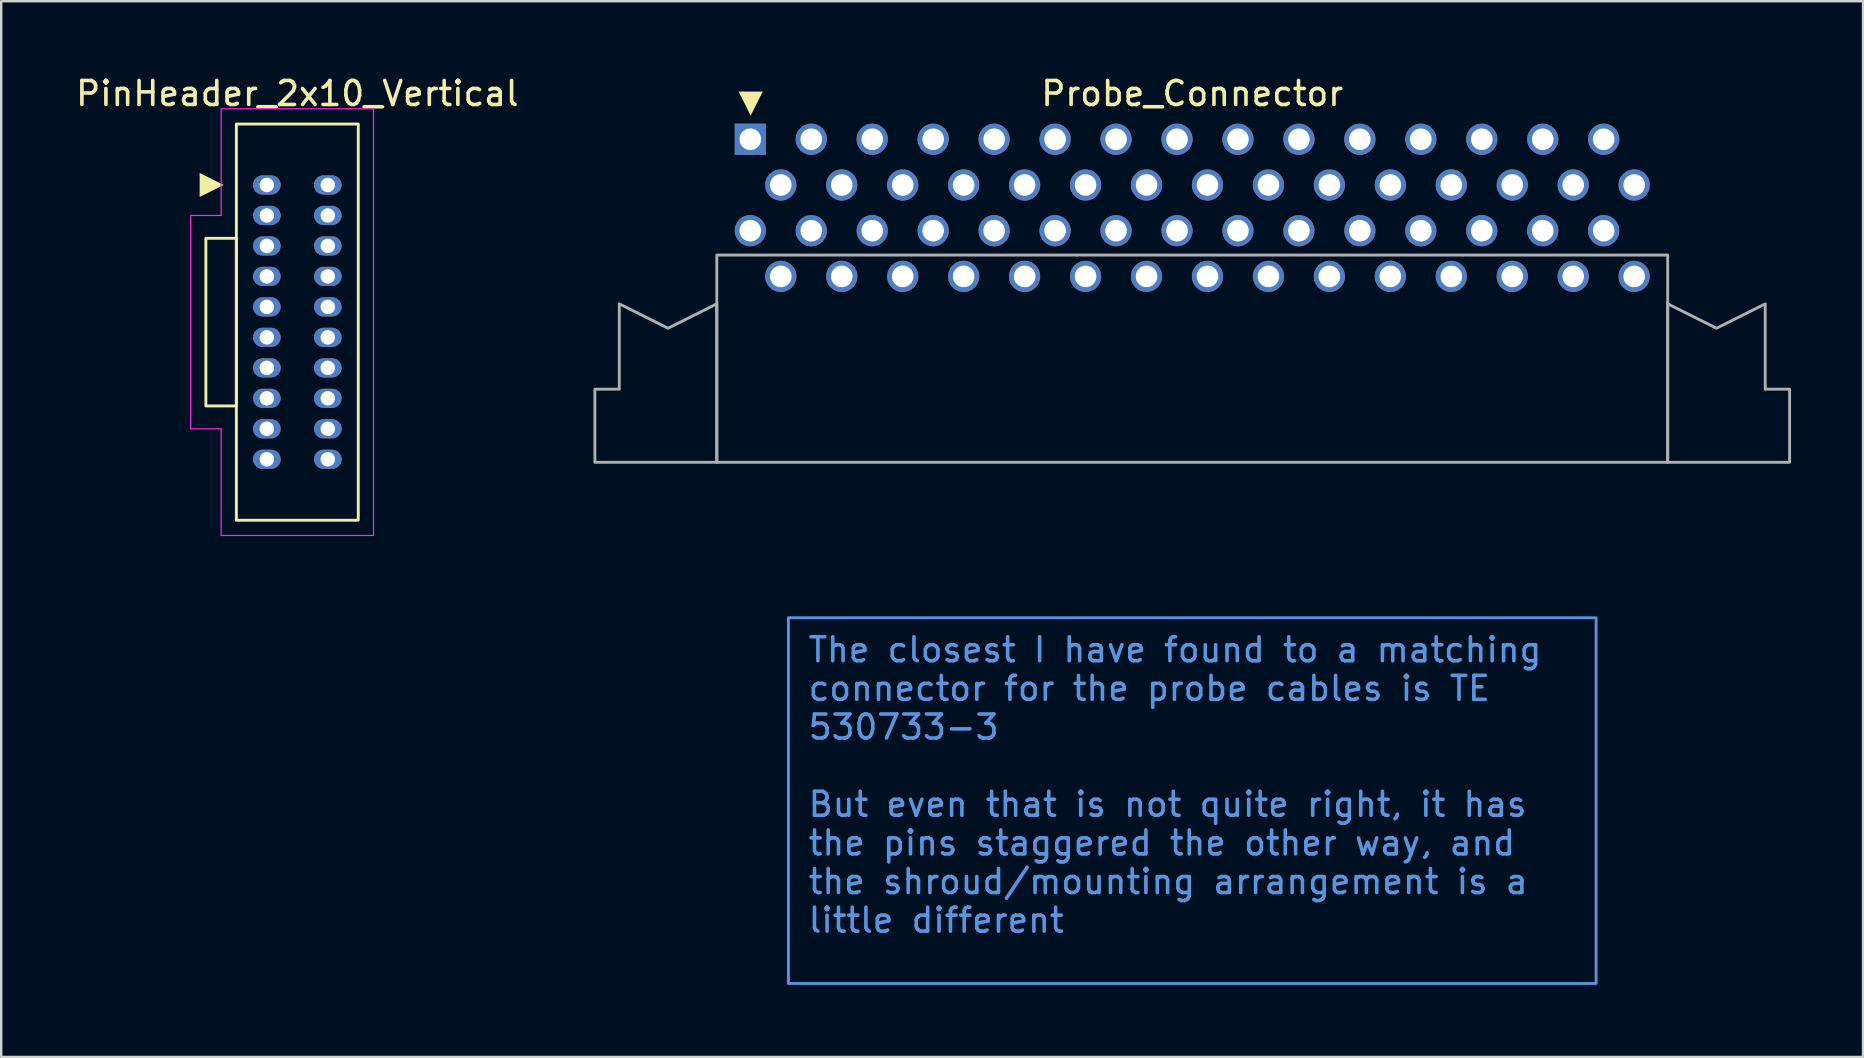
<source format=kicad_pcb>
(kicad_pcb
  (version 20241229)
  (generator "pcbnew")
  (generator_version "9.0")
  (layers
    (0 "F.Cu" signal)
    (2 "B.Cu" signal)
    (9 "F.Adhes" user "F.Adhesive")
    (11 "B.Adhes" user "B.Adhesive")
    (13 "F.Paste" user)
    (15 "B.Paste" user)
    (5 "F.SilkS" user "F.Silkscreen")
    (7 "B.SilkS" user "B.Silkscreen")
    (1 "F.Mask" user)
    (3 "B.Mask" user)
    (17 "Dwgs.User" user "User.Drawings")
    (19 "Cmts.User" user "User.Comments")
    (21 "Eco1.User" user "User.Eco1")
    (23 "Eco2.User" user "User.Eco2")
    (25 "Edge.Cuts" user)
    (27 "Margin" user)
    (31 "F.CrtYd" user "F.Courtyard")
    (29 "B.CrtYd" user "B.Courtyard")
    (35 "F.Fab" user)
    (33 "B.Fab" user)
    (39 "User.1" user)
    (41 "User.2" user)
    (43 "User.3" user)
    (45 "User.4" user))
  (footprint "PinHeader_2x10_Vertical"
    (layer "F.Cu")
    (at 8.069 4.658)
    (property "Reference" "PinHeader_2x10_Vertical" (at 1.27 -3.81 0) (layer "F.SilkS") (effects (font (size 1 1) (thickness 0.15))))
    (attr through_hole)
    (fp_rect (start -2.54 2.223) (end -1.27 9.207) (stroke (width 0.12) (type default)) (fill no) (layer "F.SilkS"))
    (fp_rect (start -1.27 -2.54) (end 3.81 13.97) (stroke (width 0.12) (type default)) (fill no) (layer "F.SilkS"))
    (fp_poly (pts (xy -2.8 0.5) (xy -2.8 -0.5) (xy -1.8 0)) (stroke (width 0) (type solid)) (fill yes) (layer "F.SilkS"))
    (fp_line (start -3.175 1.27) (end -1.905 1.27) (stroke (width 0.05) (type default)) (layer "F.CrtYd"))
    (fp_line (start -3.175 10.16) (end -3.175 1.27) (stroke (width 0.05) (type default)) (layer "F.CrtYd"))
    (fp_line (start -1.905 -3.175) (end 4.445 -3.175) (stroke (width 0.05) (type default)) (layer "F.CrtYd"))
    (fp_line (start -1.905 1.27) (end -1.905 -3.175) (stroke (width 0.05) (type default)) (layer "F.CrtYd"))
    (fp_line (start -1.905 10.16) (end -3.175 10.16) (stroke (width 0.05) (type default)) (layer "F.CrtYd"))
    (fp_line (start -1.905 14.605) (end -1.905 10.16) (stroke (width 0.05) (type default)) (layer "F.CrtYd"))
    (fp_line (start 4.445 -3.175) (end 4.445 14.605) (stroke (width 0.05) (type default)) (layer "F.CrtYd"))
    (fp_line (start 4.445 14.605) (end -1.905 14.605) (stroke (width 0.05) (type default)) (layer "F.CrtYd"))
    (pad "1" thru_hole oval (at 0 0) (size 1.15 0.8) (drill 0.6) (layers "*.Cu" "*.Mask"))
    (pad "2" thru_hole oval (at 0 1.27) (size 1.15 0.8) (drill 0.6) (layers "*.Cu" "*.Mask"))
    (pad "3" thru_hole oval (at 0 2.54) (size 1.15 0.8) (drill 0.6) (layers "*.Cu" "*.Mask"))
    (pad "4" thru_hole oval (at 0 3.81) (size 1.15 0.8) (drill 0.6) (layers "*.Cu" "*.Mask"))
    (pad "5" thru_hole oval (at 0 5.08) (size 1.15 0.8) (drill 0.6) (layers "*.Cu" "*.Mask"))
    (pad "6" thru_hole oval (at 0 6.35) (size 1.15 0.8) (drill 0.6) (layers "*.Cu" "*.Mask"))
    (pad "7" thru_hole oval (at 0 7.62) (size 1.15 0.8) (drill 0.6) (layers "*.Cu" "*.Mask"))
    (pad "8" thru_hole oval (at 0 8.89) (size 1.15 0.8) (drill 0.6) (layers "*.Cu" "*.Mask"))
    (pad "9" thru_hole oval (at 0 10.16) (size 1.15 0.8) (drill 0.6) (layers "*.Cu" "*.Mask"))
    (pad "10" thru_hole oval (at 0 11.43) (size 1.15 0.8) (drill 0.6) (layers "*.Cu" "*.Mask"))
    (pad "11" thru_hole oval (at 2.54 11.43) (size 1.15 0.8) (drill 0.6) (layers "*.Cu" "*.Mask"))
    (pad "12" thru_hole oval (at 2.54 10.16) (size 1.15 0.8) (drill 0.6) (layers "*.Cu" "*.Mask"))
    (pad "13" thru_hole oval (at 2.54 8.89) (size 1.15 0.8) (drill 0.6) (layers "*.Cu" "*.Mask"))
    (pad "14" thru_hole oval (at 2.54 7.62) (size 1.15 0.8) (drill 0.6) (layers "*.Cu" "*.Mask"))
    (pad "15" thru_hole oval (at 2.54 6.35) (size 1.15 0.8) (drill 0.6) (layers "*.Cu" "*.Mask"))
    (pad "16" thru_hole oval (at 2.54 5.08) (size 1.15 0.8) (drill 0.6) (layers "*.Cu" "*.Mask"))
    (pad "17" thru_hole oval (at 2.54 3.81) (size 1.15 0.8) (drill 0.6) (layers "*.Cu" "*.Mask"))
    (pad "18" thru_hole oval (at 2.54 2.54) (size 1.15 0.8) (drill 0.6) (layers "*.Cu" "*.Mask"))
    (pad "19" thru_hole oval (at 2.54 1.27) (size 1.15 0.8) (drill 0.6) (layers "*.Cu" "*.Mask"))
    (pad "20" thru_hole oval (at 2.54 0) (size 1.15 0.8) (drill 0.6) (layers "*.Cu" "*.Mask")))
  (footprint "Probe_Connector"
    (layer "F.Cu")
    (at 46.631 8.468)
    (property "Reference" "Probe_Connector" (at 0 -7.62 0) (unlocked yes) (layer "F.SilkS") (effects (font (size 1 1) (thickness 0.15))))
    (attr through_hole)
    (fp_poly (pts (xy -18.9 -7.7) (xy -17.9 -7.7) (xy -18.4 -6.7)) (stroke (width 0) (type solid)) (fill yes) (layer "F.SilkS"))
    (fp_rect (start -19.812 -0.889) (end 19.812 7.747) (stroke (width 0.12) (type default)) (fill no) (layer "F.Fab"))
    (fp_poly (pts (xy -23.876 1.143) (xy -21.844 2.159) (xy -19.812 1.143) (xy -19.812 7.747) (xy -24.892 7.747) (xy -24.892 4.699) (xy -23.876 4.699)) (stroke (width 0.12) (type solid)) (fill no) (layer "F.Fab"))
    (fp_poly (pts (xy 19.812 1.143) (xy 21.844 2.159) (xy 23.876 1.143) (xy 23.876 4.699) (xy 24.892 4.699) (xy 24.892 7.747) (xy 19.812 7.747)) (stroke (width 0.12) (type solid)) (fill no) (layer "F.Fab"))
    (fp_text_box "The closest I have found to a matching connector for the probe cables is TE 530733-3\n\nBut even that is not quite right, it has the pins staggered the other way, and the shroud/mounting arrangement is a little different" (start -16.828 14.224) (end 16.828 29.464) (margins 0.81 0.81 0.81 0.81) (layer "Cmts.User") (effects (font (size 1 1) (thickness 0.15)) (justify left top)) (border yes) (stroke (width 0.12) (type solid)))
    (pad "1" thru_hole rect (at -18.415 -5.715) (size 1.3 1.3) (drill 0.9) (layers "*.Cu" "*.Mask"))
    (pad "2" thru_hole circle (at -18.415 -1.905) (size 1.3 1.3) (drill 0.9) (layers "*.Cu" "*.Mask"))
    (pad "3" thru_hole circle (at -17.145 -3.81) (size 1.3 1.3) (drill 0.9) (layers "*.Cu" "*.Mask"))
    (pad "4" thru_hole circle (at -17.145 0) (size 1.3 1.3) (drill 0.9) (layers "*.Cu" "*.Mask"))
    (pad "5" thru_hole circle (at -15.875 -5.715) (size 1.3 1.3) (drill 0.9) (layers "*.Cu" "*.Mask"))
    (pad "6" thru_hole circle (at -15.875 -1.905) (size 1.3 1.3) (drill 0.9) (layers "*.Cu" "*.Mask"))
    (pad "7" thru_hole circle (at -14.605 -3.81) (size 1.3 1.3) (drill 0.9) (layers "*.Cu" "*.Mask"))
    (pad "8" thru_hole circle (at -14.605 0) (size 1.3 1.3) (drill 0.9) (layers "*.Cu" "*.Mask"))
    (pad "9" thru_hole circle (at -13.335 -5.715) (size 1.3 1.3) (drill 0.9) (layers "*.Cu" "*.Mask"))
    (pad "10" thru_hole circle (at -13.335 -1.905) (size 1.3 1.3) (drill 0.9) (layers "*.Cu" "*.Mask"))
    (pad "11" thru_hole circle (at -12.065 -3.81) (size 1.3 1.3) (drill 0.9) (layers "*.Cu" "*.Mask"))
    (pad "12" thru_hole circle (at -12.065 0) (size 1.3 1.3) (drill 0.9) (layers "*.Cu" "*.Mask"))
    (pad "13" thru_hole circle (at -10.795 -5.715) (size 1.3 1.3) (drill 0.9) (layers "*.Cu" "*.Mask"))
    (pad "14" thru_hole circle (at -10.795 -1.905) (size 1.3 1.3) (drill 0.9) (layers "*.Cu" "*.Mask"))
    (pad "15" thru_hole circle (at -9.525 -3.81) (size 1.3 1.3) (drill 0.9) (layers "*.Cu" "*.Mask"))
    (pad "16" thru_hole circle (at -9.525 0) (size 1.3 1.3) (drill 0.9) (layers "*.Cu" "*.Mask"))
    (pad "17" thru_hole circle (at -8.255 -5.715) (size 1.3 1.3) (drill 0.9) (layers "*.Cu" "*.Mask"))
    (pad "18" thru_hole circle (at -8.255 -1.905) (size 1.3 1.3) (drill 0.9) (layers "*.Cu" "*.Mask"))
    (pad "19" thru_hole circle (at -6.985 -3.81) (size 1.3 1.3) (drill 0.9) (layers "*.Cu" "*.Mask"))
    (pad "20" thru_hole circle (at -6.985 0) (size 1.3 1.3) (drill 0.9) (layers "*.Cu" "*.Mask"))
    (pad "21" thru_hole circle (at -5.715 -5.715) (size 1.3 1.3) (drill 0.9) (layers "*.Cu" "*.Mask"))
    (pad "22" thru_hole circle (at -5.715 -1.905) (size 1.3 1.3) (drill 0.9) (layers "*.Cu" "*.Mask"))
    (pad "23" thru_hole circle (at -4.445 -3.81) (size 1.3 1.3) (drill 0.9) (layers "*.Cu" "*.Mask"))
    (pad "24" thru_hole circle (at -4.445 0) (size 1.3 1.3) (drill 0.9) (layers "*.Cu" "*.Mask"))
    (pad "25" thru_hole circle (at -3.175 -5.715) (size 1.3 1.3) (drill 0.9) (layers "*.Cu" "*.Mask"))
    (pad "26" thru_hole circle (at -3.175 -1.905) (size 1.3 1.3) (drill 0.9) (layers "*.Cu" "*.Mask"))
    (pad "27" thru_hole circle (at -1.905 -3.81) (size 1.3 1.3) (drill 0.9) (layers "*.Cu" "*.Mask"))
    (pad "28" thru_hole circle (at -1.905 0) (size 1.3 1.3) (drill 0.9) (layers "*.Cu" "*.Mask"))
    (pad "29" thru_hole circle (at -0.635 -5.715) (size 1.3 1.3) (drill 0.9) (layers "*.Cu" "*.Mask"))
    (pad "30" thru_hole circle (at -0.635 -1.905) (size 1.3 1.3) (drill 0.9) (layers "*.Cu" "*.Mask"))
    (pad "31" thru_hole circle (at 0.635 -3.81) (size 1.3 1.3) (drill 0.9) (layers "*.Cu" "*.Mask"))
    (pad "32" thru_hole circle (at 0.635 0) (size 1.3 1.3) (drill 0.9) (layers "*.Cu" "*.Mask"))
    (pad "33" thru_hole circle (at 1.905 -5.715) (size 1.3 1.3) (drill 0.9) (layers "*.Cu" "*.Mask"))
    (pad "34" thru_hole circle (at 1.905 -1.905) (size 1.3 1.3) (drill 0.9) (layers "*.Cu" "*.Mask"))
    (pad "35" thru_hole circle (at 3.175 -3.81) (size 1.3 1.3) (drill 0.9) (layers "*.Cu" "*.Mask"))
    (pad "36" thru_hole circle (at 3.175 0) (size 1.3 1.3) (drill 0.9) (layers "*.Cu" "*.Mask"))
    (pad "37" thru_hole circle (at 4.445 -5.715) (size 1.3 1.3) (drill 0.9) (layers "*.Cu" "*.Mask"))
    (pad "38" thru_hole circle (at 4.445 -1.905) (size 1.3 1.3) (drill 0.9) (layers "*.Cu" "*.Mask"))
    (pad "39" thru_hole circle (at 5.715 -3.81) (size 1.3 1.3) (drill 0.9) (layers "*.Cu" "*.Mask"))
    (pad "40" thru_hole circle (at 5.715 0) (size 1.3 1.3) (drill 0.9) (layers "*.Cu" "*.Mask"))
    (pad "41" thru_hole circle (at 6.985 -5.715) (size 1.3 1.3) (drill 0.9) (layers "*.Cu" "*.Mask"))
    (pad "42" thru_hole circle (at 6.985 -1.905) (size 1.3 1.3) (drill 0.9) (layers "*.Cu" "*.Mask"))
    (pad "43" thru_hole circle (at 8.255 -3.81) (size 1.3 1.3) (drill 0.9) (layers "*.Cu" "*.Mask"))
    (pad "44" thru_hole circle (at 8.255 0) (size 1.3 1.3) (drill 0.9) (layers "*.Cu" "*.Mask"))
    (pad "45" thru_hole circle (at 9.525 -5.715) (size 1.3 1.3) (drill 0.9) (layers "*.Cu" "*.Mask"))
    (pad "46" thru_hole circle (at 9.525 -1.905) (size 1.3 1.3) (drill 0.9) (layers "*.Cu" "*.Mask"))
    (pad "47" thru_hole circle (at 10.795 -3.81) (size 1.3 1.3) (drill 0.9) (layers "*.Cu" "*.Mask"))
    (pad "48" thru_hole circle (at 10.795 0) (size 1.3 1.3) (drill 0.9) (layers "*.Cu" "*.Mask"))
    (pad "49" thru_hole circle (at 12.065 -5.715) (size 1.3 1.3) (drill 0.9) (layers "*.Cu" "*.Mask"))
    (pad "50" thru_hole circle (at 12.065 -1.905) (size 1.3 1.3) (drill 0.9) (layers "*.Cu" "*.Mask"))
    (pad "51" thru_hole circle (at 13.335 -3.81) (size 1.3 1.3) (drill 0.9) (layers "*.Cu" "*.Mask"))
    (pad "52" thru_hole circle (at 13.335 0) (size 1.3 1.3) (drill 0.9) (layers "*.Cu" "*.Mask"))
    (pad "53" thru_hole circle (at 14.605 -5.715) (size 1.3 1.3) (drill 0.9) (layers "*.Cu" "*.Mask"))
    (pad "54" thru_hole circle (at 14.605 -1.905) (size 1.3 1.3) (drill 0.9) (layers "*.Cu" "*.Mask"))
    (pad "55" thru_hole circle (at 15.875 -3.81) (size 1.3 1.3) (drill 0.9) (layers "*.Cu" "*.Mask"))
    (pad "56" thru_hole circle (at 15.875 0) (size 1.3 1.3) (drill 0.9) (layers "*.Cu" "*.Mask"))
    (pad "57" thru_hole circle (at 17.145 -5.715) (size 1.3 1.3) (drill 0.9) (layers "*.Cu" "*.Mask"))
    (pad "58" thru_hole circle (at 17.145 -1.905) (size 1.3 1.3) (drill 0.9) (layers "*.Cu" "*.Mask"))
    (pad "59" thru_hole circle (at 18.415 -3.81) (size 1.3 1.3) (drill 0.9) (layers "*.Cu" "*.Mask"))
    (pad "60" thru_hole circle (at 18.415 0) (size 1.3 1.3) (drill 0.9) (layers "*.Cu" "*.Mask")))
  (gr_rect
    (start -3 -3)
    (end 74.583 40.992)
    (stroke (width 0.1) (type default))
    (fill no)
    (layer "Edge.Cuts")))
</source>
